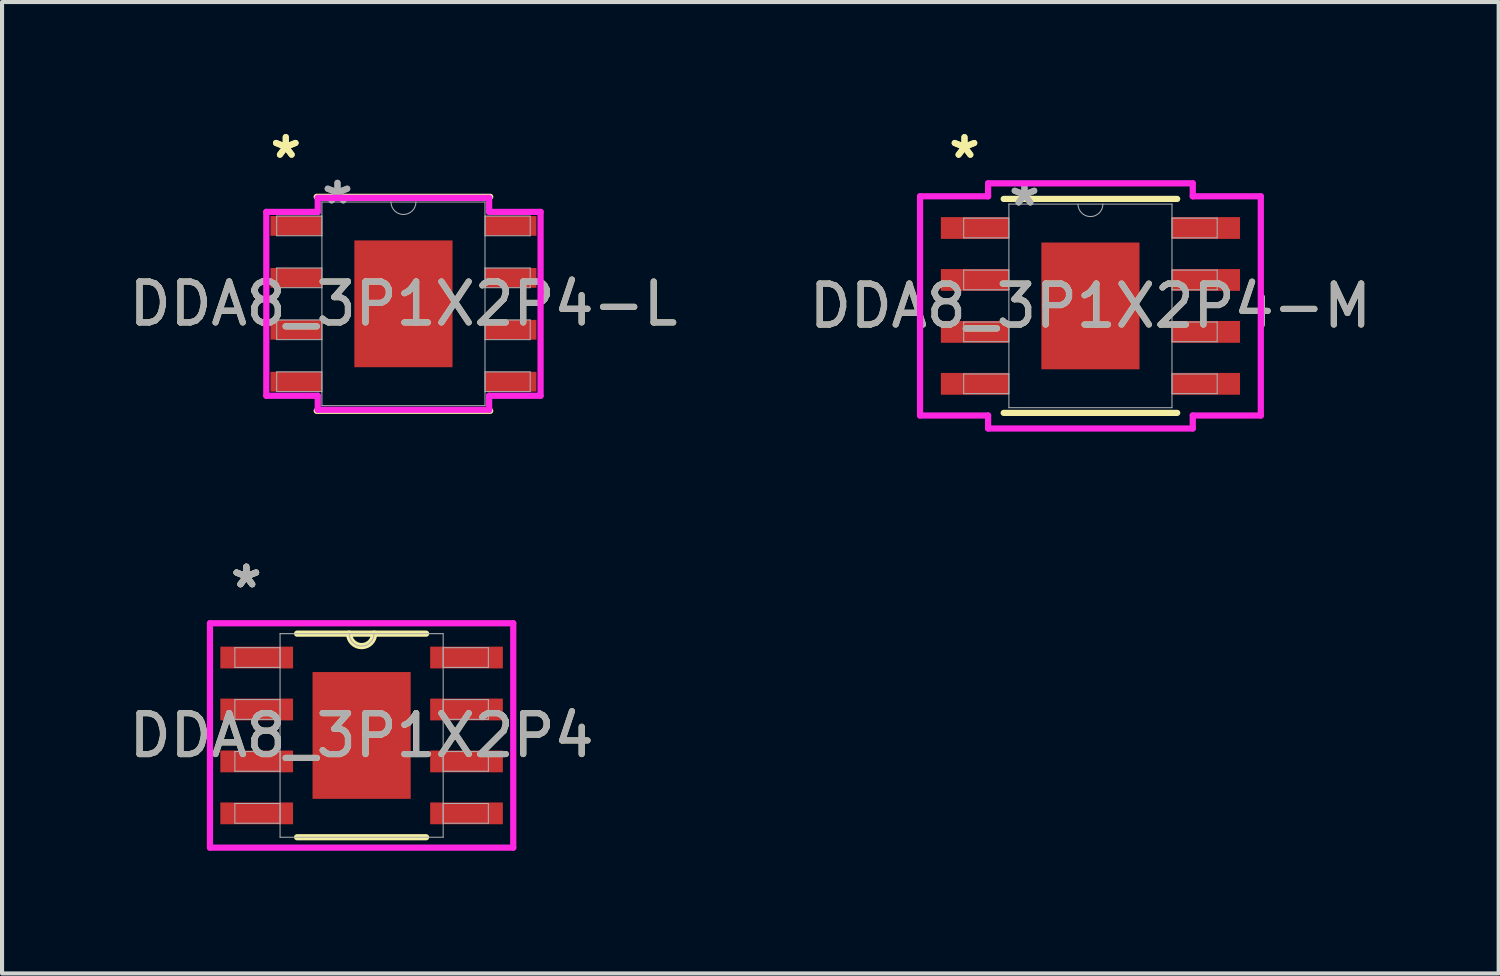
<source format=kicad_pcb>
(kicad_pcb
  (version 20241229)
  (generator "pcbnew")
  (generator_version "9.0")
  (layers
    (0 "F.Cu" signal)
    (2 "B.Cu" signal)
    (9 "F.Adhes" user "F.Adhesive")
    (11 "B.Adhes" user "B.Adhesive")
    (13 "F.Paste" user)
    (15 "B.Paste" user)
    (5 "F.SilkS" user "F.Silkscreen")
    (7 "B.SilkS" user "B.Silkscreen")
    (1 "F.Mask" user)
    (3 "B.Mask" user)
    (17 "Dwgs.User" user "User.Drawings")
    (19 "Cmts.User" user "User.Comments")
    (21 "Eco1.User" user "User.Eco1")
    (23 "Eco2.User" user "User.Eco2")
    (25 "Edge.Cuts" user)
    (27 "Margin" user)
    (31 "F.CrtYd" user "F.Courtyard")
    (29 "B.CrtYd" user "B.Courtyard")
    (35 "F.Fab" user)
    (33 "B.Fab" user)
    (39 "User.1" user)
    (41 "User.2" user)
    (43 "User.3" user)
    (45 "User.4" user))
  (footprint "DDA8_3P1X2P4"
    (layer "F.Cu")
    (at 5.792 14.933)
    (property "Reference" "DDA8_3P1X2P4" (at 0 0 0) (unlocked yes) (layer "F.SilkS") (effects (font (size 1 1) (thickness 0.15))))
    (attr smd)
    (fp_line (start -1.577 2.489) (end 1.577 2.489) (stroke (width 0.152) (type solid)) (layer "F.SilkS"))
    (fp_line (start 1.577 -2.489) (end -1.577 -2.489) (stroke (width 0.152) (type solid)) (layer "F.SilkS"))
    (fp_arc (start 0.3048 -2.4892) (mid 0 -2.1844) (end -0.3048 -2.4892) (stroke (width 0.1524) (type solid)) (layer "F.SilkS"))
    (fp_poly (pts (xy -1.1 -1.45) (xy -1.1 -0.1) (xy 1.1 -0.1) (xy 1.1 -1.45)) (stroke (width 0) (type solid)) (fill yes) (layer "F.Paste"))
    (fp_poly (pts (xy -1.1 0.1) (xy -1.1 1.45) (xy 1.1 1.45) (xy 1.1 0.1)) (stroke (width 0) (type solid)) (fill yes) (layer "F.Paste"))
    (fp_line (start -3.708 -2.743) (end 3.708 -2.743) (stroke (width 0.152) (type solid)) (layer "F.CrtYd"))
    (fp_line (start -3.708 2.743) (end -3.708 -2.743) (stroke (width 0.152) (type solid)) (layer "F.CrtYd"))
    (fp_line (start 3.708 -2.743) (end 3.708 2.743) (stroke (width 0.152) (type solid)) (layer "F.CrtYd"))
    (fp_line (start 3.708 2.743) (end -3.708 2.743) (stroke (width 0.152) (type solid)) (layer "F.CrtYd"))
    (fp_line (start -3.099 -2.146) (end -3.099 -1.664) (stroke (width 0.025) (type solid)) (layer "F.Fab"))
    (fp_line (start -3.099 -1.664) (end -1.994 -1.664) (stroke (width 0.025) (type solid)) (layer "F.Fab"))
    (fp_line (start -3.099 -0.876) (end -3.099 -0.394) (stroke (width 0.025) (type solid)) (layer "F.Fab"))
    (fp_line (start -3.099 -0.394) (end -1.994 -0.394) (stroke (width 0.025) (type solid)) (layer "F.Fab"))
    (fp_line (start -3.099 0.394) (end -3.099 0.876) (stroke (width 0.025) (type solid)) (layer "F.Fab"))
    (fp_line (start -3.099 0.876) (end -1.994 0.876) (stroke (width 0.025) (type solid)) (layer "F.Fab"))
    (fp_line (start -3.099 1.664) (end -3.099 2.146) (stroke (width 0.025) (type solid)) (layer "F.Fab"))
    (fp_line (start -3.099 2.146) (end -1.994 2.146) (stroke (width 0.025) (type solid)) (layer "F.Fab"))
    (fp_line (start -1.994 -2.489) (end -1.994 2.489) (stroke (width 0.025) (type solid)) (layer "F.Fab"))
    (fp_line (start -1.994 -2.146) (end -3.099 -2.146) (stroke (width 0.025) (type solid)) (layer "F.Fab"))
    (fp_line (start -1.994 -1.664) (end -1.994 -2.146) (stroke (width 0.025) (type solid)) (layer "F.Fab"))
    (fp_line (start -1.994 -0.876) (end -3.099 -0.876) (stroke (width 0.025) (type solid)) (layer "F.Fab"))
    (fp_line (start -1.994 -0.394) (end -1.994 -0.876) (stroke (width 0.025) (type solid)) (layer "F.Fab"))
    (fp_line (start -1.994 0.394) (end -3.099 0.394) (stroke (width 0.025) (type solid)) (layer "F.Fab"))
    (fp_line (start -1.994 0.876) (end -1.994 0.394) (stroke (width 0.025) (type solid)) (layer "F.Fab"))
    (fp_line (start -1.994 1.664) (end -3.099 1.664) (stroke (width 0.025) (type solid)) (layer "F.Fab"))
    (fp_line (start -1.994 2.146) (end -1.994 1.664) (stroke (width 0.025) (type solid)) (layer "F.Fab"))
    (fp_line (start -1.994 2.489) (end 1.994 2.489) (stroke (width 0.025) (type solid)) (layer "F.Fab"))
    (fp_line (start 1.994 -2.489) (end -1.994 -2.489) (stroke (width 0.025) (type solid)) (layer "F.Fab"))
    (fp_line (start 1.994 -2.146) (end 1.994 -1.664) (stroke (width 0.025) (type solid)) (layer "F.Fab"))
    (fp_line (start 1.994 -1.664) (end 3.099 -1.664) (stroke (width 0.025) (type solid)) (layer "F.Fab"))
    (fp_line (start 1.994 -0.876) (end 1.994 -0.394) (stroke (width 0.025) (type solid)) (layer "F.Fab"))
    (fp_line (start 1.994 -0.394) (end 3.099 -0.394) (stroke (width 0.025) (type solid)) (layer "F.Fab"))
    (fp_line (start 1.994 0.394) (end 1.994 0.876) (stroke (width 0.025) (type solid)) (layer "F.Fab"))
    (fp_line (start 1.994 0.876) (end 3.099 0.876) (stroke (width 0.025) (type solid)) (layer "F.Fab"))
    (fp_line (start 1.994 1.664) (end 1.994 2.146) (stroke (width 0.025) (type solid)) (layer "F.Fab"))
    (fp_line (start 1.994 2.146) (end 3.099 2.146) (stroke (width 0.025) (type solid)) (layer "F.Fab"))
    (fp_line (start 1.994 2.489) (end 1.994 -2.489) (stroke (width 0.025) (type solid)) (layer "F.Fab"))
    (fp_line (start 3.099 -2.146) (end 1.994 -2.146) (stroke (width 0.025) (type solid)) (layer "F.Fab"))
    (fp_line (start 3.099 -1.664) (end 3.099 -2.146) (stroke (width 0.025) (type solid)) (layer "F.Fab"))
    (fp_line (start 3.099 -0.876) (end 1.994 -0.876) (stroke (width 0.025) (type solid)) (layer "F.Fab"))
    (fp_line (start 3.099 -0.394) (end 3.099 -0.876) (stroke (width 0.025) (type solid)) (layer "F.Fab"))
    (fp_line (start 3.099 0.394) (end 1.994 0.394) (stroke (width 0.025) (type solid)) (layer "F.Fab"))
    (fp_line (start 3.099 0.876) (end 3.099 0.394) (stroke (width 0.025) (type solid)) (layer "F.Fab"))
    (fp_line (start 3.099 1.664) (end 1.994 1.664) (stroke (width 0.025) (type solid)) (layer "F.Fab"))
    (fp_line (start 3.099 2.146) (end 3.099 1.664) (stroke (width 0.025) (type solid)) (layer "F.Fab"))
    (fp_arc (start 0.3048 -2.4892) (mid 0 -2.1844) (end -0.3048 -2.4892) (stroke (width 0.0254) (type solid)) (layer "F.Fab"))
    (fp_text user "*" (at -2.819 -3.581 0) (layer "F.SilkS") (effects (font (size 1 1) (thickness 0.15))))
    (fp_text user "*" (at -2.819 -3.581 0) (unlocked yes) (layer "F.SilkS") (effects (font (size 1 1) (thickness 0.15))))
    (fp_text user "*" (at -2.819 -3.581 0) (layer "F.Fab") (effects (font (size 1 1) (thickness 0.15))))
    (fp_text user "${REFERENCE}" (at 0 0 0) (unlocked yes) (layer "F.Fab") (effects (font (size 1 1) (thickness 0.15))))
    (fp_text user "*" (at -2.819 -3.581 0) (unlocked yes) (layer "F.Fab") (effects (font (size 1 1) (thickness 0.15))))
    (pad "1" smd rect (at -2.565 -1.905) (size 1.778 0.533) (layers "F.Cu" "F.Mask" "F.Paste"))
    (pad "2" smd rect (at -2.565 -0.635) (size 1.778 0.533) (layers "F.Cu" "F.Mask" "F.Paste"))
    (pad "3" smd rect (at -2.565 0.635) (size 1.778 0.533) (layers "F.Cu" "F.Mask" "F.Paste"))
    (pad "4" smd rect (at -2.565 1.905) (size 1.778 0.533) (layers "F.Cu" "F.Mask" "F.Paste"))
    (pad "5" smd rect (at 2.565 1.905) (size 1.778 0.533) (layers "F.Cu" "F.Mask" "F.Paste"))
    (pad "6" smd rect (at 2.565 0.635) (size 1.778 0.533) (layers "F.Cu" "F.Mask" "F.Paste"))
    (pad "7" smd rect (at 2.565 -0.635) (size 1.778 0.533) (layers "F.Cu" "F.Mask" "F.Paste"))
    (pad "8" smd rect (at 2.565 -1.905) (size 1.778 0.533) (layers "F.Cu" "F.Mask" "F.Paste"))
    (pad "EPAD" smd rect (at 0 0) (size 2.4 3.1) (layers "F.Cu" "F.Mask")))
  (footprint "DDA8_3P1X2P4-M"
    (layer "F.Cu")
    (at 23.613 4.43)
    (property "Reference" "DDA8_3P1X2P4-M" (at 0 0 0) (unlocked yes) (layer "F.SilkS") (effects (font (size 1 1) (thickness 0.15))))
    (attr smd)
    (fp_line (start -2.121 2.616) (end 2.121 2.616) (stroke (width 0.152) (type solid)) (layer "F.SilkS"))
    (fp_line (start 2.121 -2.616) (end -2.121 -2.616) (stroke (width 0.152) (type solid)) (layer "F.SilkS"))
    (fp_poly (pts (xy -1.1 -1.45) (xy -1.1 -0.1) (xy 1.1 -0.1) (xy 1.1 -1.45)) (stroke (width 0) (type solid)) (fill yes) (layer "F.Paste"))
    (fp_poly (pts (xy -1.1 0.1) (xy -1.1 1.45) (xy 1.1 1.45) (xy 1.1 0.1)) (stroke (width 0) (type solid)) (fill yes) (layer "F.Paste"))
    (fp_line (start -4.166 -2.68) (end -2.502 -2.68) (stroke (width 0.152) (type solid)) (layer "F.CrtYd"))
    (fp_line (start -4.166 2.68) (end -4.166 -2.68) (stroke (width 0.152) (type solid)) (layer "F.CrtYd"))
    (fp_line (start -4.166 2.68) (end -2.502 2.68) (stroke (width 0.152) (type solid)) (layer "F.CrtYd"))
    (fp_line (start -2.502 -2.997) (end 2.502 -2.997) (stroke (width 0.152) (type solid)) (layer "F.CrtYd"))
    (fp_line (start -2.502 -2.68) (end -2.502 -2.997) (stroke (width 0.152) (type solid)) (layer "F.CrtYd"))
    (fp_line (start -2.502 2.997) (end -2.502 2.68) (stroke (width 0.152) (type solid)) (layer "F.CrtYd"))
    (fp_line (start 2.502 -2.997) (end 2.502 -2.68) (stroke (width 0.152) (type solid)) (layer "F.CrtYd"))
    (fp_line (start 2.502 2.68) (end 2.502 2.997) (stroke (width 0.152) (type solid)) (layer "F.CrtYd"))
    (fp_line (start 2.502 2.997) (end -2.502 2.997) (stroke (width 0.152) (type solid)) (layer "F.CrtYd"))
    (fp_line (start 4.166 -2.68) (end 2.502 -2.68) (stroke (width 0.152) (type solid)) (layer "F.CrtYd"))
    (fp_line (start 4.166 -2.68) (end 4.166 2.68) (stroke (width 0.152) (type solid)) (layer "F.CrtYd"))
    (fp_line (start 4.166 2.68) (end 2.502 2.68) (stroke (width 0.152) (type solid)) (layer "F.CrtYd"))
    (fp_line (start -3.099 -2.146) (end -3.099 -1.664) (stroke (width 0.025) (type solid)) (layer "F.Fab"))
    (fp_line (start -3.099 -1.664) (end -1.994 -1.664) (stroke (width 0.025) (type solid)) (layer "F.Fab"))
    (fp_line (start -3.099 -0.876) (end -3.099 -0.394) (stroke (width 0.025) (type solid)) (layer "F.Fab"))
    (fp_line (start -3.099 -0.394) (end -1.994 -0.394) (stroke (width 0.025) (type solid)) (layer "F.Fab"))
    (fp_line (start -3.099 0.394) (end -3.099 0.876) (stroke (width 0.025) (type solid)) (layer "F.Fab"))
    (fp_line (start -3.099 0.876) (end -1.994 0.876) (stroke (width 0.025) (type solid)) (layer "F.Fab"))
    (fp_line (start -3.099 1.664) (end -3.099 2.146) (stroke (width 0.025) (type solid)) (layer "F.Fab"))
    (fp_line (start -3.099 2.146) (end -1.994 2.146) (stroke (width 0.025) (type solid)) (layer "F.Fab"))
    (fp_line (start -1.994 -2.489) (end -1.994 2.489) (stroke (width 0.025) (type solid)) (layer "F.Fab"))
    (fp_line (start -1.994 -2.146) (end -3.099 -2.146) (stroke (width 0.025) (type solid)) (layer "F.Fab"))
    (fp_line (start -1.994 -1.664) (end -1.994 -2.146) (stroke (width 0.025) (type solid)) (layer "F.Fab"))
    (fp_line (start -1.994 -0.876) (end -3.099 -0.876) (stroke (width 0.025) (type solid)) (layer "F.Fab"))
    (fp_line (start -1.994 -0.394) (end -1.994 -0.876) (stroke (width 0.025) (type solid)) (layer "F.Fab"))
    (fp_line (start -1.994 0.394) (end -3.099 0.394) (stroke (width 0.025) (type solid)) (layer "F.Fab"))
    (fp_line (start -1.994 0.876) (end -1.994 0.394) (stroke (width 0.025) (type solid)) (layer "F.Fab"))
    (fp_line (start -1.994 1.664) (end -3.099 1.664) (stroke (width 0.025) (type solid)) (layer "F.Fab"))
    (fp_line (start -1.994 2.146) (end -1.994 1.664) (stroke (width 0.025) (type solid)) (layer "F.Fab"))
    (fp_line (start -1.994 2.489) (end 1.994 2.489) (stroke (width 0.025) (type solid)) (layer "F.Fab"))
    (fp_line (start 1.994 -2.489) (end -1.994 -2.489) (stroke (width 0.025) (type solid)) (layer "F.Fab"))
    (fp_line (start 1.994 -2.146) (end 1.994 -1.664) (stroke (width 0.025) (type solid)) (layer "F.Fab"))
    (fp_line (start 1.994 -1.664) (end 3.099 -1.664) (stroke (width 0.025) (type solid)) (layer "F.Fab"))
    (fp_line (start 1.994 -0.876) (end 1.994 -0.394) (stroke (width 0.025) (type solid)) (layer "F.Fab"))
    (fp_line (start 1.994 -0.394) (end 3.099 -0.394) (stroke (width 0.025) (type solid)) (layer "F.Fab"))
    (fp_line (start 1.994 0.394) (end 1.994 0.876) (stroke (width 0.025) (type solid)) (layer "F.Fab"))
    (fp_line (start 1.994 0.876) (end 3.099 0.876) (stroke (width 0.025) (type solid)) (layer "F.Fab"))
    (fp_line (start 1.994 1.664) (end 1.994 2.146) (stroke (width 0.025) (type solid)) (layer "F.Fab"))
    (fp_line (start 1.994 2.146) (end 3.099 2.146) (stroke (width 0.025) (type solid)) (layer "F.Fab"))
    (fp_line (start 1.994 2.489) (end 1.994 -2.489) (stroke (width 0.025) (type solid)) (layer "F.Fab"))
    (fp_line (start 3.099 -2.146) (end 1.994 -2.146) (stroke (width 0.025) (type solid)) (layer "F.Fab"))
    (fp_line (start 3.099 -1.664) (end 3.099 -2.146) (stroke (width 0.025) (type solid)) (layer "F.Fab"))
    (fp_line (start 3.099 -0.876) (end 1.994 -0.876) (stroke (width 0.025) (type solid)) (layer "F.Fab"))
    (fp_line (start 3.099 -0.394) (end 3.099 -0.876) (stroke (width 0.025) (type solid)) (layer "F.Fab"))
    (fp_line (start 3.099 0.394) (end 1.994 0.394) (stroke (width 0.025) (type solid)) (layer "F.Fab"))
    (fp_line (start 3.099 0.876) (end 3.099 0.394) (stroke (width 0.025) (type solid)) (layer "F.Fab"))
    (fp_line (start 3.099 1.664) (end 1.994 1.664) (stroke (width 0.025) (type solid)) (layer "F.Fab"))
    (fp_line (start 3.099 2.146) (end 3.099 1.664) (stroke (width 0.025) (type solid)) (layer "F.Fab"))
    (fp_arc (start 0.3048 -2.4892) (mid 0 -2.1844) (end -0.3048 -2.4892) (stroke (width 0.0254) (type solid)) (layer "F.Fab"))
    (fp_text user "*" (at -3.08 -3.581 0) (unlocked yes) (layer "F.SilkS") (effects (font (size 1 1) (thickness 0.15))))
    (fp_text user "*" (at -3.08 -3.581 0) (layer "F.SilkS") (effects (font (size 1 1) (thickness 0.15))))
    (fp_text user "*" (at -1.613 -2.413 0) (unlocked yes) (layer "F.Fab") (effects (font (size 1 1) (thickness 0.15))))
    (fp_text user "*" (at -1.613 -2.413 0) (layer "F.Fab") (effects (font (size 1 1) (thickness 0.15))))
    (fp_text user "${REFERENCE}" (at 0 0 0) (unlocked yes) (layer "F.Fab") (effects (font (size 1 1) (thickness 0.15))))
    (pad "1" smd rect (at -2.826 -1.905) (size 1.664 0.533) (layers "F.Cu" "F.Mask" "F.Paste"))
    (pad "2" smd rect (at -2.826 -0.635) (size 1.664 0.533) (layers "F.Cu" "F.Mask" "F.Paste"))
    (pad "3" smd rect (at -2.826 0.635) (size 1.664 0.533) (layers "F.Cu" "F.Mask" "F.Paste"))
    (pad "4" smd rect (at -2.826 1.905) (size 1.664 0.533) (layers "F.Cu" "F.Mask" "F.Paste"))
    (pad "5" smd rect (at 2.826 1.905) (size 1.664 0.533) (layers "F.Cu" "F.Mask" "F.Paste"))
    (pad "6" smd rect (at 2.826 0.635) (size 1.664 0.533) (layers "F.Cu" "F.Mask" "F.Paste"))
    (pad "7" smd rect (at 2.826 -0.635) (size 1.664 0.533) (layers "F.Cu" "F.Mask" "F.Paste"))
    (pad "8" smd rect (at 2.826 -1.905) (size 1.664 0.533) (layers "F.Cu" "F.Mask" "F.Paste"))
    (pad "EPAD" smd rect (at 0 0) (size 2.4 3.1) (layers "F.Cu" "F.Mask")))
  (footprint "DDA8_3P1X2P4-L"
    (layer "F.Cu")
    (at 6.815 4.379)
    (property "Reference" "DDA8_3P1X2P4-L" (at 0 0 0) (unlocked yes) (layer "F.SilkS") (effects (font (size 1 1) (thickness 0.15))))
    (attr smd)
    (fp_line (start -2.121 2.616) (end 2.121 2.616) (stroke (width 0.152) (type solid)) (layer "F.SilkS"))
    (fp_line (start 2.121 -2.616) (end -2.121 -2.616) (stroke (width 0.152) (type solid)) (layer "F.SilkS"))
    (fp_poly (pts (xy -1.1 -1.45) (xy -1.1 -0.1) (xy 1.1 -0.1) (xy 1.1 -1.45)) (stroke (width 0) (type solid)) (fill yes) (layer "F.Paste"))
    (fp_poly (pts (xy -1.1 0.1) (xy -1.1 1.45) (xy 1.1 1.45) (xy 1.1 0.1)) (stroke (width 0) (type solid)) (fill yes) (layer "F.Paste"))
    (fp_line (start -3.353 -2.248) (end -2.095 -2.248) (stroke (width 0.152) (type solid)) (layer "F.CrtYd"))
    (fp_line (start -3.353 2.248) (end -3.353 -2.248) (stroke (width 0.152) (type solid)) (layer "F.CrtYd"))
    (fp_line (start -3.353 2.248) (end -2.095 2.248) (stroke (width 0.152) (type solid)) (layer "F.CrtYd"))
    (fp_line (start -2.095 -2.591) (end 2.095 -2.591) (stroke (width 0.152) (type solid)) (layer "F.CrtYd"))
    (fp_line (start -2.095 -2.248) (end -2.095 -2.591) (stroke (width 0.152) (type solid)) (layer "F.CrtYd"))
    (fp_line (start -2.095 2.591) (end -2.095 2.248) (stroke (width 0.152) (type solid)) (layer "F.CrtYd"))
    (fp_line (start 2.095 -2.591) (end 2.095 -2.248) (stroke (width 0.152) (type solid)) (layer "F.CrtYd"))
    (fp_line (start 2.095 2.248) (end 2.095 2.591) (stroke (width 0.152) (type solid)) (layer "F.CrtYd"))
    (fp_line (start 2.095 2.591) (end -2.095 2.591) (stroke (width 0.152) (type solid)) (layer "F.CrtYd"))
    (fp_line (start 3.353 -2.248) (end 2.095 -2.248) (stroke (width 0.152) (type solid)) (layer "F.CrtYd"))
    (fp_line (start 3.353 -2.248) (end 3.353 2.248) (stroke (width 0.152) (type solid)) (layer "F.CrtYd"))
    (fp_line (start 3.353 2.248) (end 2.095 2.248) (stroke (width 0.152) (type solid)) (layer "F.CrtYd"))
    (fp_line (start -3.099 -2.146) (end -3.099 -1.664) (stroke (width 0.025) (type solid)) (layer "F.Fab"))
    (fp_line (start -3.099 -1.664) (end -1.994 -1.664) (stroke (width 0.025) (type solid)) (layer "F.Fab"))
    (fp_line (start -3.099 -0.876) (end -3.099 -0.394) (stroke (width 0.025) (type solid)) (layer "F.Fab"))
    (fp_line (start -3.099 -0.394) (end -1.994 -0.394) (stroke (width 0.025) (type solid)) (layer "F.Fab"))
    (fp_line (start -3.099 0.394) (end -3.099 0.876) (stroke (width 0.025) (type solid)) (layer "F.Fab"))
    (fp_line (start -3.099 0.876) (end -1.994 0.876) (stroke (width 0.025) (type solid)) (layer "F.Fab"))
    (fp_line (start -3.099 1.664) (end -3.099 2.146) (stroke (width 0.025) (type solid)) (layer "F.Fab"))
    (fp_line (start -3.099 2.146) (end -1.994 2.146) (stroke (width 0.025) (type solid)) (layer "F.Fab"))
    (fp_line (start -1.994 -2.489) (end -1.994 2.489) (stroke (width 0.025) (type solid)) (layer "F.Fab"))
    (fp_line (start -1.994 -2.146) (end -3.099 -2.146) (stroke (width 0.025) (type solid)) (layer "F.Fab"))
    (fp_line (start -1.994 -1.664) (end -1.994 -2.146) (stroke (width 0.025) (type solid)) (layer "F.Fab"))
    (fp_line (start -1.994 -0.876) (end -3.099 -0.876) (stroke (width 0.025) (type solid)) (layer "F.Fab"))
    (fp_line (start -1.994 -0.394) (end -1.994 -0.876) (stroke (width 0.025) (type solid)) (layer "F.Fab"))
    (fp_line (start -1.994 0.394) (end -3.099 0.394) (stroke (width 0.025) (type solid)) (layer "F.Fab"))
    (fp_line (start -1.994 0.876) (end -1.994 0.394) (stroke (width 0.025) (type solid)) (layer "F.Fab"))
    (fp_line (start -1.994 1.664) (end -3.099 1.664) (stroke (width 0.025) (type solid)) (layer "F.Fab"))
    (fp_line (start -1.994 2.146) (end -1.994 1.664) (stroke (width 0.025) (type solid)) (layer "F.Fab"))
    (fp_line (start -1.994 2.489) (end 1.994 2.489) (stroke (width 0.025) (type solid)) (layer "F.Fab"))
    (fp_line (start 1.994 -2.489) (end -1.994 -2.489) (stroke (width 0.025) (type solid)) (layer "F.Fab"))
    (fp_line (start 1.994 -2.146) (end 1.994 -1.664) (stroke (width 0.025) (type solid)) (layer "F.Fab"))
    (fp_line (start 1.994 -1.664) (end 3.099 -1.664) (stroke (width 0.025) (type solid)) (layer "F.Fab"))
    (fp_line (start 1.994 -0.876) (end 1.994 -0.394) (stroke (width 0.025) (type solid)) (layer "F.Fab"))
    (fp_line (start 1.994 -0.394) (end 3.099 -0.394) (stroke (width 0.025) (type solid)) (layer "F.Fab"))
    (fp_line (start 1.994 0.394) (end 1.994 0.876) (stroke (width 0.025) (type solid)) (layer "F.Fab"))
    (fp_line (start 1.994 0.876) (end 3.099 0.876) (stroke (width 0.025) (type solid)) (layer "F.Fab"))
    (fp_line (start 1.994 1.664) (end 1.994 2.146) (stroke (width 0.025) (type solid)) (layer "F.Fab"))
    (fp_line (start 1.994 2.146) (end 3.099 2.146) (stroke (width 0.025) (type solid)) (layer "F.Fab"))
    (fp_line (start 1.994 2.489) (end 1.994 -2.489) (stroke (width 0.025) (type solid)) (layer "F.Fab"))
    (fp_line (start 3.099 -2.146) (end 1.994 -2.146) (stroke (width 0.025) (type solid)) (layer "F.Fab"))
    (fp_line (start 3.099 -1.664) (end 3.099 -2.146) (stroke (width 0.025) (type solid)) (layer "F.Fab"))
    (fp_line (start 3.099 -0.876) (end 1.994 -0.876) (stroke (width 0.025) (type solid)) (layer "F.Fab"))
    (fp_line (start 3.099 -0.394) (end 3.099 -0.876) (stroke (width 0.025) (type solid)) (layer "F.Fab"))
    (fp_line (start 3.099 0.394) (end 1.994 0.394) (stroke (width 0.025) (type solid)) (layer "F.Fab"))
    (fp_line (start 3.099 0.876) (end 3.099 0.394) (stroke (width 0.025) (type solid)) (layer "F.Fab"))
    (fp_line (start 3.099 1.664) (end 1.994 1.664) (stroke (width 0.025) (type solid)) (layer "F.Fab"))
    (fp_line (start 3.099 2.146) (end 3.099 1.664) (stroke (width 0.025) (type solid)) (layer "F.Fab"))
    (fp_arc (start 0.3048 -2.4892) (mid 0 -2.1844) (end -0.3048 -2.4892) (stroke (width 0.0254) (type solid)) (layer "F.Fab"))
    (fp_text user "*" (at -2.877 -3.531 0) (unlocked yes) (layer "F.SilkS") (effects (font (size 1 1) (thickness 0.15))))
    (fp_text user "*" (at -2.877 -3.531 0) (layer "F.SilkS") (effects (font (size 1 1) (thickness 0.15))))
    (fp_text user "*" (at -1.613 -2.413 0) (unlocked yes) (layer "F.Fab") (effects (font (size 1 1) (thickness 0.15))))
    (fp_text user "${REFERENCE}" (at 0 0 0) (unlocked yes) (layer "F.Fab") (effects (font (size 1 1) (thickness 0.15))))
    (fp_text user "*" (at -1.613 -2.413 0) (layer "F.Fab") (effects (font (size 1 1) (thickness 0.15))))
    (pad "1" smd rect (at -2.623 -1.905) (size 1.257 0.483) (layers "F.Cu" "F.Mask" "F.Paste"))
    (pad "2" smd rect (at -2.623 -0.635) (size 1.257 0.483) (layers "F.Cu" "F.Mask" "F.Paste"))
    (pad "3" smd rect (at -2.623 0.635) (size 1.257 0.483) (layers "F.Cu" "F.Mask" "F.Paste"))
    (pad "4" smd rect (at -2.623 1.905) (size 1.257 0.483) (layers "F.Cu" "F.Mask" "F.Paste"))
    (pad "5" smd rect (at 2.623 1.905) (size 1.257 0.483) (layers "F.Cu" "F.Mask" "F.Paste"))
    (pad "6" smd rect (at 2.623 0.635) (size 1.257 0.483) (layers "F.Cu" "F.Mask" "F.Paste"))
    (pad "7" smd rect (at 2.623 -0.635) (size 1.257 0.483) (layers "F.Cu" "F.Mask" "F.Paste"))
    (pad "8" smd rect (at 2.623 -1.905) (size 1.257 0.483) (layers "F.Cu" "F.Mask" "F.Paste"))
    (pad "EPAD" smd rect (at 0 0) (size 2.4 3.1) (layers "F.Cu" "F.Mask")))
  (gr_rect
    (start -3 -3)
    (end 33.595 20.752)
    (stroke (width 0.1) (type default))
    (fill no)
    (layer "Edge.Cuts")))
</source>
